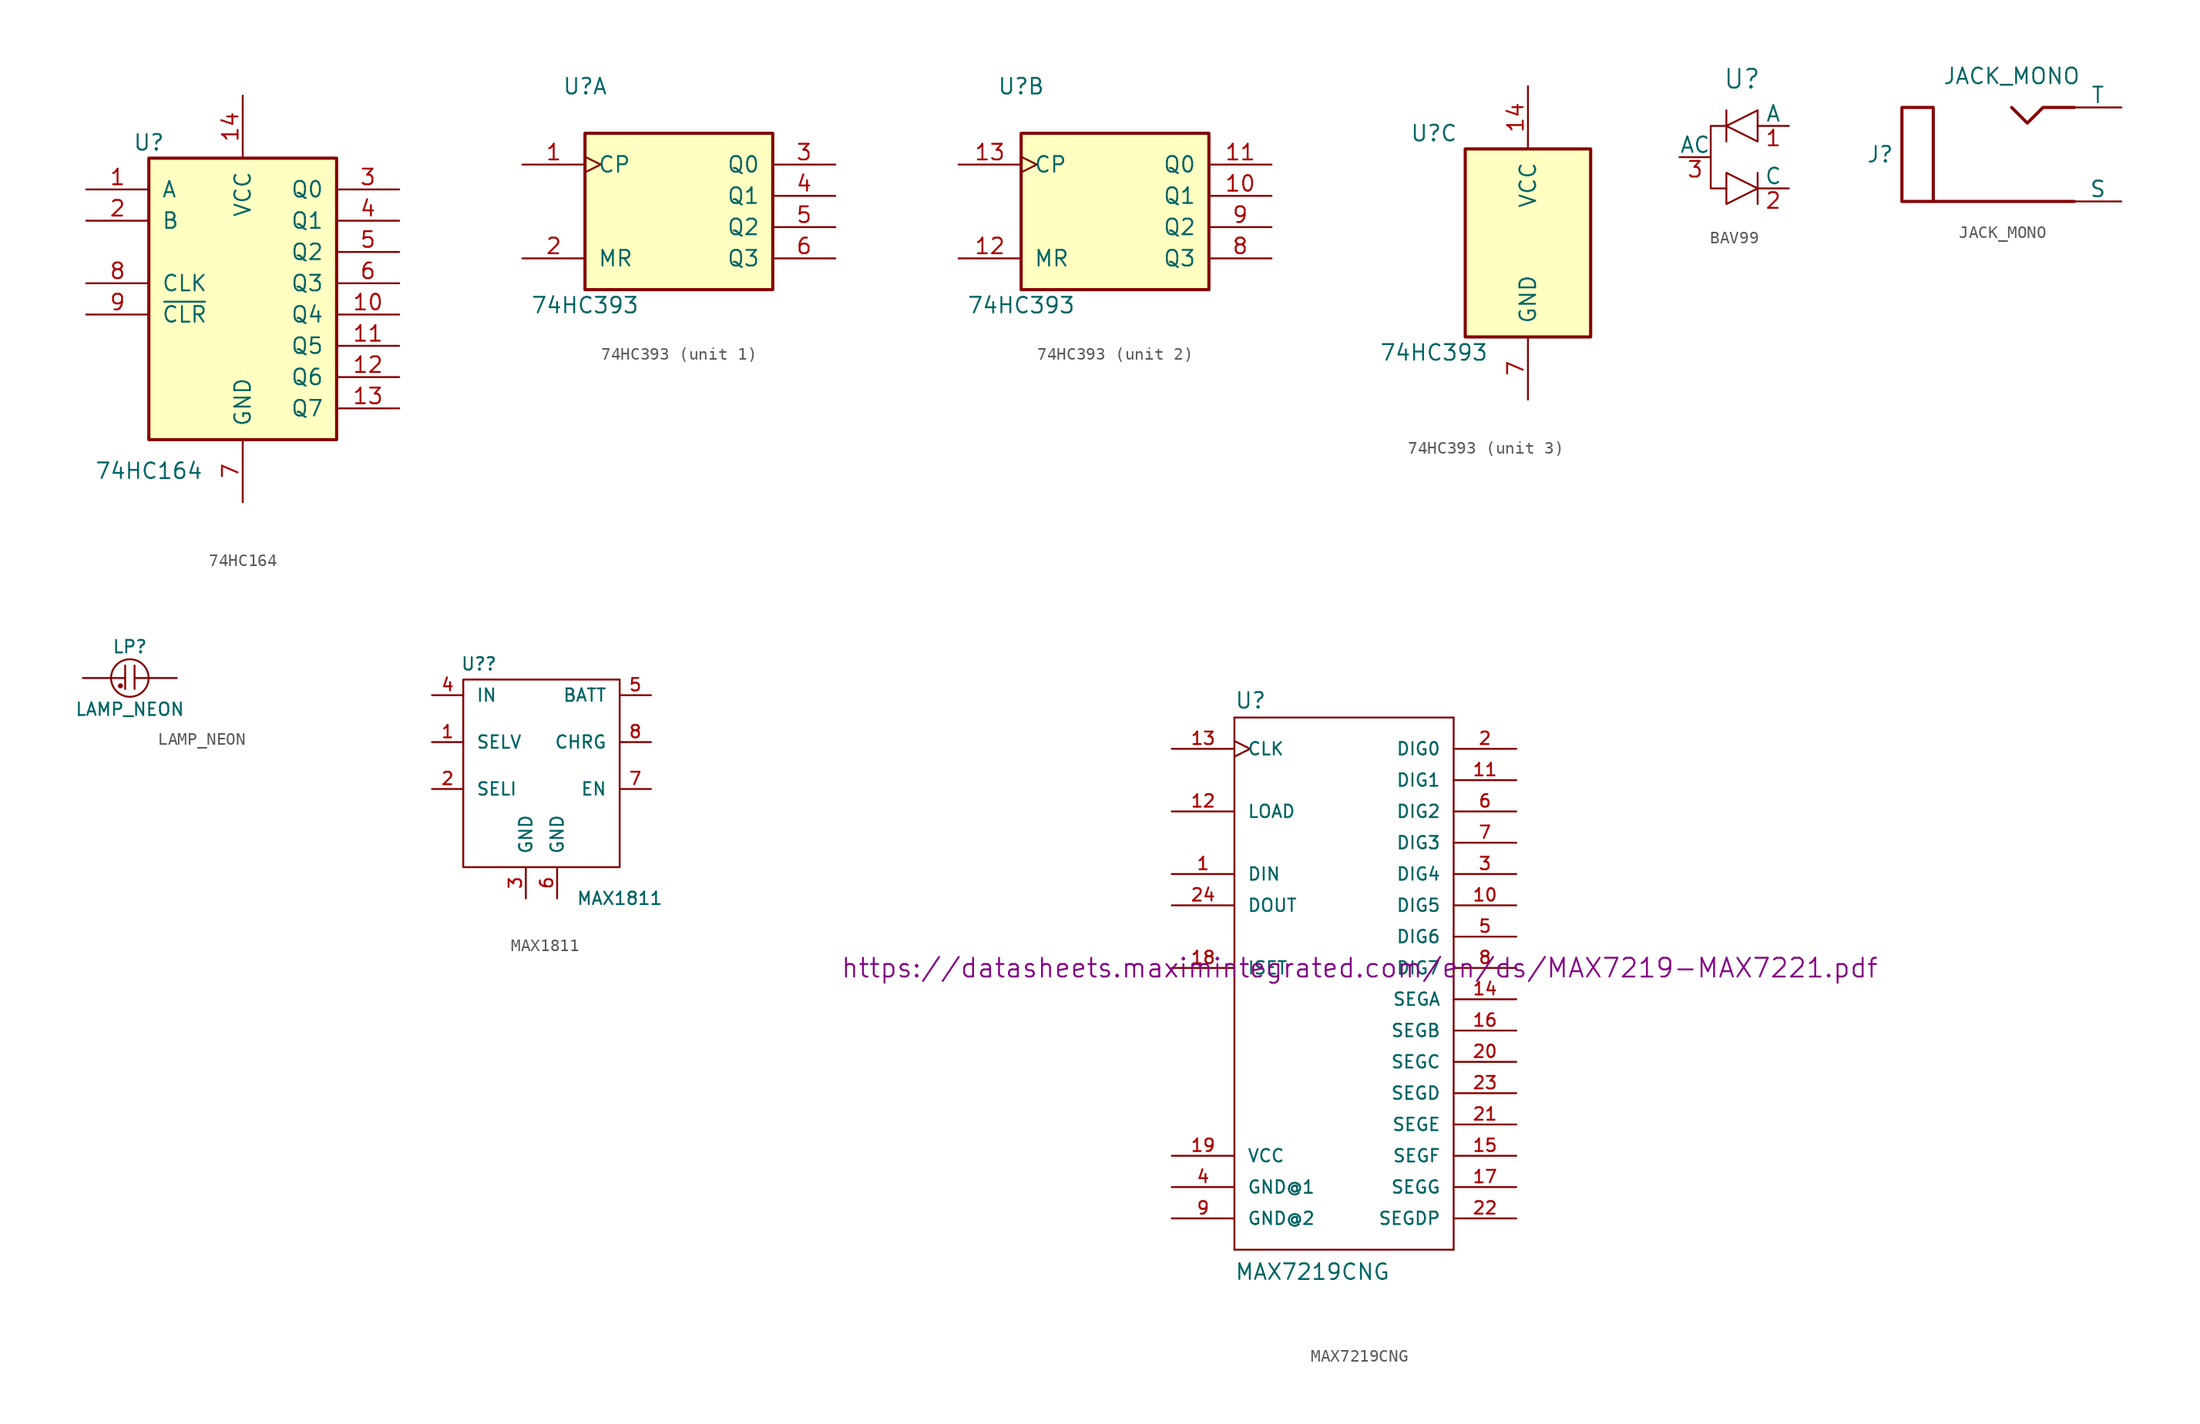
<source format=kicad_sym>
(kicad_symbol_lib
  (version 20211014)
  (generator kicad_symbol_editor)
  (symbol "74HC164"
    (pin_names
      (offset 1.016))
    (property "Reference" "U"
      (at -7.62 19.05 0)
      (effects (font (size 1.27 1.27))))
    (property "Value" "74HC164"
      (at -7.62 -7.62 0)
      (effects (font (size 1.27 1.27))))
    (symbol "74HC164_1_0"
      (pin input line (at -12.7 15.24 0) (length 5.08) (name "A" (effects (font (size 1.27 1.27)))) (number "1" (effects (font (size 1.27 1.27)))))
      (pin output line (at 12.7 5.08 180) (length 5.08) (name "Q4" (effects (font (size 1.27 1.27)))) (number "10" (effects (font (size 1.27 1.27)))))
      (pin output line (at 12.7 2.54 180) (length 5.08) (name "Q5" (effects (font (size 1.27 1.27)))) (number "11" (effects (font (size 1.27 1.27)))))
      (pin output line (at 12.7 0 180) (length 5.08) (name "Q6" (effects (font (size 1.27 1.27)))) (number "12" (effects (font (size 1.27 1.27)))))
      (pin output line (at 12.7 -2.54 180) (length 5.08) (name "Q7" (effects (font (size 1.27 1.27)))) (number "13" (effects (font (size 1.27 1.27)))))
      (pin power_in line (at 0 22.86 270) (length 5.08) (name "VCC" (effects (font (size 1.27 1.27)))) (number "14" (effects (font (size 1.27 1.27)))))
      (pin input line (at -12.7 12.7 0) (length 5.08) (name "B" (effects (font (size 1.27 1.27)))) (number "2" (effects (font (size 1.27 1.27)))))
      (pin output line (at 12.7 15.24 180) (length 5.08) (name "Q0" (effects (font (size 1.27 1.27)))) (number "3" (effects (font (size 1.27 1.27)))))
      (pin output line (at 12.7 12.7 180) (length 5.08) (name "Q1" (effects (font (size 1.27 1.27)))) (number "4" (effects (font (size 1.27 1.27)))))
      (pin output line (at 12.7 10.16 180) (length 5.08) (name "Q2" (effects (font (size 1.27 1.27)))) (number "5" (effects (font (size 1.27 1.27)))))
      (pin output line (at 12.7 7.62 180) (length 5.08) (name "Q3" (effects (font (size 1.27 1.27)))) (number "6" (effects (font (size 1.27 1.27)))))
      (pin power_in line (at 0 -10.16 90) (length 5.08) (name "GND" (effects (font (size 1.27 1.27)))) (number "7" (effects (font (size 1.27 1.27)))))
      (pin input line (at -12.7 7.62 0) (length 5.08) (name "CLK" (effects (font (size 1.27 1.27)))) (number "8" (effects (font (size 1.27 1.27)))))
      (pin input line (at -12.7 5.08 0) (length 5.08) (name "~{CLR}" (effects (font (size 1.27 1.27)))) (number "9" (effects (font (size 1.27 1.27))))))
    (symbol "74HC164_1_1"
      (rectangle (start -7.62 17.78) (end 7.62 -5.08) (stroke (width 0.254) (type default) (color 0 0 0 0)) (fill (type background)))))
  (symbol "74HC393"
    (pin_names
      (offset 1.016))
    (property "Reference" "U"
      (at -7.62 8.89 0)
      (effects (font (size 1.27 1.27))))
    (property "Value" "74HC393"
      (at -7.62 -8.89 0)
      (effects (font (size 1.27 1.27))))
    (property "ki_locked" ""
      (at 0 0 0)
      (effects (font (size 1.27 1.27))))
    (symbol "74HC393_1_0"
      (pin input clock (at -12.7 2.54 0) (length 5.08) (name "CP" (effects (font (size 1.27 1.27)))) (number "1" (effects (font (size 1.27 1.27)))))
      (pin input line (at -12.7 -5.08 0) (length 5.08) (name "MR" (effects (font (size 1.27 1.27)))) (number "2" (effects (font (size 1.27 1.27)))))
      (pin output line (at 12.7 2.54 180) (length 5.08) (name "Q0" (effects (font (size 1.27 1.27)))) (number "3" (effects (font (size 1.27 1.27)))))
      (pin output line (at 12.7 0 180) (length 5.08) (name "Q1" (effects (font (size 1.27 1.27)))) (number "4" (effects (font (size 1.27 1.27)))))
      (pin output line (at 12.7 -2.54 180) (length 5.08) (name "Q2" (effects (font (size 1.27 1.27)))) (number "5" (effects (font (size 1.27 1.27)))))
      (pin output line (at 12.7 -5.08 180) (length 5.08) (name "Q3" (effects (font (size 1.27 1.27)))) (number "6" (effects (font (size 1.27 1.27))))))
    (symbol "74HC393_1_1"
      (rectangle (start -7.62 5.08) (end 7.62 -7.62) (stroke (width 0.254) (type default) (color 0 0 0 0)) (fill (type background))))
    (symbol "74HC393_2_0"
      (pin output line (at 12.7 0 180) (length 5.08) (name "Q1" (effects (font (size 1.27 1.27)))) (number "10" (effects (font (size 1.27 1.27)))))
      (pin output line (at 12.7 2.54 180) (length 5.08) (name "Q0" (effects (font (size 1.27 1.27)))) (number "11" (effects (font (size 1.27 1.27)))))
      (pin input line (at -12.7 -5.08 0) (length 5.08) (name "MR" (effects (font (size 1.27 1.27)))) (number "12" (effects (font (size 1.27 1.27)))))
      (pin input clock (at -12.7 2.54 0) (length 5.08) (name "CP" (effects (font (size 1.27 1.27)))) (number "13" (effects (font (size 1.27 1.27)))))
      (pin output line (at 12.7 -5.08 180) (length 5.08) (name "Q3" (effects (font (size 1.27 1.27)))) (number "8" (effects (font (size 1.27 1.27)))))
      (pin output line (at 12.7 -2.54 180) (length 5.08) (name "Q2" (effects (font (size 1.27 1.27)))) (number "9" (effects (font (size 1.27 1.27))))))
    (symbol "74HC393_2_1"
      (rectangle (start -7.62 5.08) (end 7.62 -7.62) (stroke (width 0.254) (type default) (color 0 0 0 0)) (fill (type background))))
    (symbol "74HC393_3_0"
      (pin power_in line (at 0 12.7 270) (length 5.08) (name "VCC" (effects (font (size 1.27 1.27)))) (number "14" (effects (font (size 1.27 1.27)))))
      (pin power_in line (at 0 -12.7 90) (length 5.08) (name "GND" (effects (font (size 1.27 1.27)))) (number "7" (effects (font (size 1.27 1.27))))))
    (symbol "74HC393_3_1"
      (rectangle (start -5.08 7.62) (end 5.08 -7.62) (stroke (width 0.254) (type default) (color 0 0 0 0)) (fill (type background)))))
  (symbol "BAV99"
    (pin_names
      (offset 0))
    (property "Reference" "U"
      (at 0 6.35 0)
      (effects (font (size 1.524 1.524))))
    (symbol "BAV99_0_1"
      (polyline (pts (xy -1.27 2.54) (xy -2.54 2.54) (xy -2.54 -2.54) (xy -1.27 -2.54)) (stroke (width 0) (type default) (color 0 0 0 0)) (fill (type none)))
      (polyline (pts (xy -1.27 3.81) (xy -1.27 2.54) (xy 1.27 3.81) (xy 1.27 1.27) (xy -1.27 2.54) (xy -1.27 1.27)) (stroke (width 0) (type default) (color 0 0 0 0)) (fill (type none)))
      (polyline (pts (xy 1.27 -1.27) (xy 1.27 -2.54) (xy -1.27 -1.27) (xy -1.27 -3.81) (xy 1.27 -2.54) (xy 1.27 -3.81)) (stroke (width 0) (type default) (color 0 0 0 0)) (fill (type none))))
    (symbol "BAV99_1_1"
      (pin passive line (at 3.81 2.54 180) (length 2.54) (name "A" (effects (font (size 1.27 1.27)))) (number "1" (effects (font (size 1.27 1.27)))))
      (pin passive line (at 3.81 -2.54 180) (length 2.54) (name "C" (effects (font (size 1.27 1.27)))) (number "2" (effects (font (size 1.27 1.27)))))
      (pin passive line (at -5.08 0 0) (length 2.54) (name "AC" (effects (font (size 1.27 1.27)))) (number "3" (effects (font (size 1.27 1.27)))))))
  (symbol "JACK_MONO"
    (pin_numbers hide)
    (pin_names
      (offset 0))
    (property "Reference" "J"
      (at -9.525 0 0)
      (effects (font (size 1.27 1.27)) (justify right)))
    (property "Value" "JACK_MONO"
      (at 0 6.35 0)
      (effects (font (size 1.27 1.27))))
    (property "Footprint" ""
      (at 0 0 0)
      (effects (font (size 1.524 1.524))))
    (property "Datasheet" ""
      (at 0 0 0)
      (effects (font (size 1.524 1.524))))
    (symbol "JACK_MONO_0_1"
      (polyline (pts (xy 5.08 3.81) (xy 2.54 3.81) (xy 1.27 2.54) (xy 0 3.81) (xy 0 3.81)) (stroke (width 0.254) (type default) (color 0 0 0 0)) (fill (type none)))
      (polyline (pts (xy 5.08 -3.81) (xy -8.89 -3.81) (xy -8.89 3.81) (xy -6.35 3.81) (xy -6.35 -3.81) (xy -6.35 -3.81)) (stroke (width 0.254) (type default) (color 0 0 0 0)) (fill (type none))))
    (symbol "JACK_MONO_1_1"
      (pin passive line (at 8.89 -3.81 180) (length 3.81) (name "S" (effects (font (size 1.27 1.27)))) (number "1" (effects (font (size 1.27 1.27)))))
      (pin passive line (at 8.89 3.81 180) (length 3.81) (name "T" (effects (font (size 1.27 1.27)))) (number "2" (effects (font (size 1.27 1.27)))))))
  (symbol "LAMP_NEON"
    (pin_numbers hide)
    (pin_names
      (offset 0.762) hide)
    (property "Reference" "LP"
      (at 0 2.54 0)
      (effects (font (size 1.016 1.016))))
    (property "Value" "LAMP_NEON"
      (at 0 -2.54 0)
      (effects (font (size 1.016 1.016))))
    (property "Footprint" ""
      (at 15.875 0.889 0)
      (effects (font (size 1.524 1.524))))
    (property "Datasheet" ""
      (at 15.875 0.889 0)
      (effects (font (size 1.524 1.524))))
    (symbol "LAMP_NEON_0_1"
      (circle (center -0.762 -0.635) (radius 0.127) (stroke (width 0) (type default) (color 0 0 0 0)) (fill (type outline)))
      (polyline (pts (xy -0.381 -0.889) (xy -0.381 1.016)) (stroke (width 0) (type default) (color 0 0 0 0)) (fill (type none)))
      (polyline (pts (xy -0.381 0) (xy -1.524 0)) (stroke (width 0) (type default) (color 0 0 0 0)) (fill (type none)))
      (polyline (pts (xy 0.381 -0.889) (xy 0.381 1.016)) (stroke (width 0) (type default) (color 0 0 0 0)) (fill (type none)))
      (polyline (pts (xy 0.381 0) (xy 1.524 0)) (stroke (width 0) (type default) (color 0 0 0 0)) (fill (type none)))
      (circle (center 0 0) (radius 1.524) (stroke (width 0) (type default) (color 0 0 0 0)) (fill (type none)))
      (pin passive line (at -3.81 0 0) (length 2.286) (name "1" (effects (font (size 1.524 1.524)))) (number "1" (effects (font (size 1.524 1.524)))))
      (pin passive line (at 3.81 0 180) (length 2.286) (name "2" (effects (font (size 1.524 1.524)))) (number "2" (effects (font (size 1.524 1.524)))))))
  (symbol "MAX1811"
    (pin_names
      (offset 1.016))
    (property "Reference" "U?"
      (at -5.08 8.89 0)
      (effects (font (size 1.016 1.016))))
    (property "Value" "MAX1811"
      (at 6.35 -10.16 0)
      (effects (font (size 1.016 1.016))))
    (property "Footprint" ""
      (at 0 3.81 0)
      (effects (font (size 1.524 1.524))))
    (property "Datasheet" ""
      (at 0 3.81 0)
      (effects (font (size 1.524 1.524))))
    (property "ki_locked" ""
      (at 0 0 0)
      (effects (font (size 1.27 1.27))))
    (symbol "MAX1811_0_1"
      (rectangle (start -6.35 7.62) (end 6.35 -7.62) (stroke (width 0) (type default) (color 0 0 0 0)) (fill (type none))))
    (symbol "MAX1811_1_1"
      (pin input line (at -8.89 2.54 0) (length 2.54) (name "SELV" (effects (font (size 1.016 1.016)))) (number "1" (effects (font (size 1.016 1.016)))))
      (pin input line (at -8.89 -1.27 0) (length 2.54) (name "SELI" (effects (font (size 1.016 1.016)))) (number "2" (effects (font (size 1.016 1.016)))))
      (pin power_in line (at -1.27 -10.16 90) (length 2.54) (name "GND" (effects (font (size 1.016 1.016)))) (number "3" (effects (font (size 1.016 1.016)))))
      (pin power_in line (at -8.89 6.35 0) (length 2.54) (name "IN" (effects (font (size 1.016 1.016)))) (number "4" (effects (font (size 1.016 1.016)))))
      (pin output line (at 8.89 6.35 180) (length 2.54) (name "BATT" (effects (font (size 1.016 1.016)))) (number "5" (effects (font (size 1.016 1.016)))))
      (pin power_in line (at 1.27 -10.16 90) (length 2.54) (name "GND" (effects (font (size 1.016 1.016)))) (number "6" (effects (font (size 1.016 1.016)))))
      (pin input line (at 8.89 -1.27 180) (length 2.54) (name "EN" (effects (font (size 1.016 1.016)))) (number "7" (effects (font (size 1.016 1.016)))))
      (pin output line (at 8.89 2.54 180) (length 2.54) (name "CHRG" (effects (font (size 1.016 1.016)))) (number "8" (effects (font (size 1.016 1.016)))))))
  (symbol "MAX7219CNG"
    (pin_names
      (offset 1.016))
    (property "Reference" "U"
      (at -10.16 20.955 0)
      (effects (font (size 1.27 1.27)) (justify left bottom)))
    (property "Value" "MAX7219CNG"
      (at -10.16 -25.4 0)
      (effects (font (size 1.27 1.27)) (justify left bottom)))
    (property "Datasheet" "https://datasheets.maximintegrated.com/en/ds/MAX7219-MAX7221.pdf"
      (at 0 0 0)
      (effects (font (size 1.524 1.524))))
    (symbol "MAX7219CNG_1_0"
      (polyline (pts (xy -10.16 -22.86) (xy 7.62 -22.86)) (stroke (width 0) (type default) (color 0 0 0 0)) (fill (type none)))
      (polyline (pts (xy -10.16 20.32) (xy -10.16 -22.86)) (stroke (width 0) (type default) (color 0 0 0 0)) (fill (type none)))
      (polyline (pts (xy 7.62 -22.86) (xy 7.62 20.32)) (stroke (width 0) (type default) (color 0 0 0 0)) (fill (type none)))
      (polyline (pts (xy 7.62 20.32) (xy -10.16 20.32)) (stroke (width 0) (type default) (color 0 0 0 0)) (fill (type none))))
    (symbol "MAX7219CNG_1_1"
      (pin input line (at -15.24 7.62 0) (length 5.08) (name "DIN" (effects (font (size 1.016 1.016)))) (number "1" (effects (font (size 1.016 1.016)))))
      (pin output line (at 12.7 5.08 180) (length 5.08) (name "DIG5" (effects (font (size 1.016 1.016)))) (number "10" (effects (font (size 1.016 1.016)))))
      (pin output line (at 12.7 15.24 180) (length 5.08) (name "DIG1" (effects (font (size 1.016 1.016)))) (number "11" (effects (font (size 1.016 1.016)))))
      (pin input line (at -15.24 12.7 0) (length 5.08) (name "LOAD" (effects (font (size 1.016 1.016)))) (number "12" (effects (font (size 1.016 1.016)))))
      (pin input clock (at -15.24 17.78 0) (length 5.08) (name "CLK" (effects (font (size 1.016 1.016)))) (number "13" (effects (font (size 1.016 1.016)))))
      (pin output line (at 12.7 -2.54 180) (length 5.08) (name "SEGA" (effects (font (size 1.016 1.016)))) (number "14" (effects (font (size 1.016 1.016)))))
      (pin output line (at 12.7 -15.24 180) (length 5.08) (name "SEGF" (effects (font (size 1.016 1.016)))) (number "15" (effects (font (size 1.016 1.016)))))
      (pin output line (at 12.7 -5.08 180) (length 5.08) (name "SEGB" (effects (font (size 1.016 1.016)))) (number "16" (effects (font (size 1.016 1.016)))))
      (pin output line (at 12.7 -17.78 180) (length 5.08) (name "SEGG" (effects (font (size 1.016 1.016)))) (number "17" (effects (font (size 1.016 1.016)))))
      (pin input line (at -15.24 0 0) (length 5.08) (name "ISET" (effects (font (size 1.016 1.016)))) (number "18" (effects (font (size 1.016 1.016)))))
      (pin power_in line (at -15.24 -15.24 0) (length 5.08) (name "VCC" (effects (font (size 1.016 1.016)))) (number "19" (effects (font (size 1.016 1.016)))))
      (pin output line (at 12.7 17.78 180) (length 5.08) (name "DIG0" (effects (font (size 1.016 1.016)))) (number "2" (effects (font (size 1.016 1.016)))))
      (pin output line (at 12.7 -7.62 180) (length 5.08) (name "SEGC" (effects (font (size 1.016 1.016)))) (number "20" (effects (font (size 1.016 1.016)))))
      (pin output line (at 12.7 -12.7 180) (length 5.08) (name "SEGE" (effects (font (size 1.016 1.016)))) (number "21" (effects (font (size 1.016 1.016)))))
      (pin output line (at 12.7 -20.32 180) (length 5.08) (name "SEGDP" (effects (font (size 1.016 1.016)))) (number "22" (effects (font (size 1.016 1.016)))))
      (pin output line (at 12.7 -10.16 180) (length 5.08) (name "SEGD" (effects (font (size 1.016 1.016)))) (number "23" (effects (font (size 1.016 1.016)))))
      (pin output line (at -15.24 5.08 0) (length 5.08) (name "DOUT" (effects (font (size 1.016 1.016)))) (number "24" (effects (font (size 1.016 1.016)))))
      (pin output line (at 12.7 7.62 180) (length 5.08) (name "DIG4" (effects (font (size 1.016 1.016)))) (number "3" (effects (font (size 1.016 1.016)))))
      (pin power_in line (at -15.24 -17.78 0) (length 5.08) (name "GND@1" (effects (font (size 1.016 1.016)))) (number "4" (effects (font (size 1.016 1.016)))))
      (pin output line (at 12.7 2.54 180) (length 5.08) (name "DIG6" (effects (font (size 1.016 1.016)))) (number "5" (effects (font (size 1.016 1.016)))))
      (pin output line (at 12.7 12.7 180) (length 5.08) (name "DIG2" (effects (font (size 1.016 1.016)))) (number "6" (effects (font (size 1.016 1.016)))))
      (pin output line (at 12.7 10.16 180) (length 5.08) (name "DIG3" (effects (font (size 1.016 1.016)))) (number "7" (effects (font (size 1.016 1.016)))))
      (pin output line (at 12.7 0 180) (length 5.08) (name "DIG7" (effects (font (size 1.016 1.016)))) (number "8" (effects (font (size 1.016 1.016)))))
      (pin power_in line (at -15.24 -20.32 0) (length 5.08) (name "GND@2" (effects (font (size 1.016 1.016)))) (number "9" (effects (font (size 1.016 1.016))))))))
</source>
